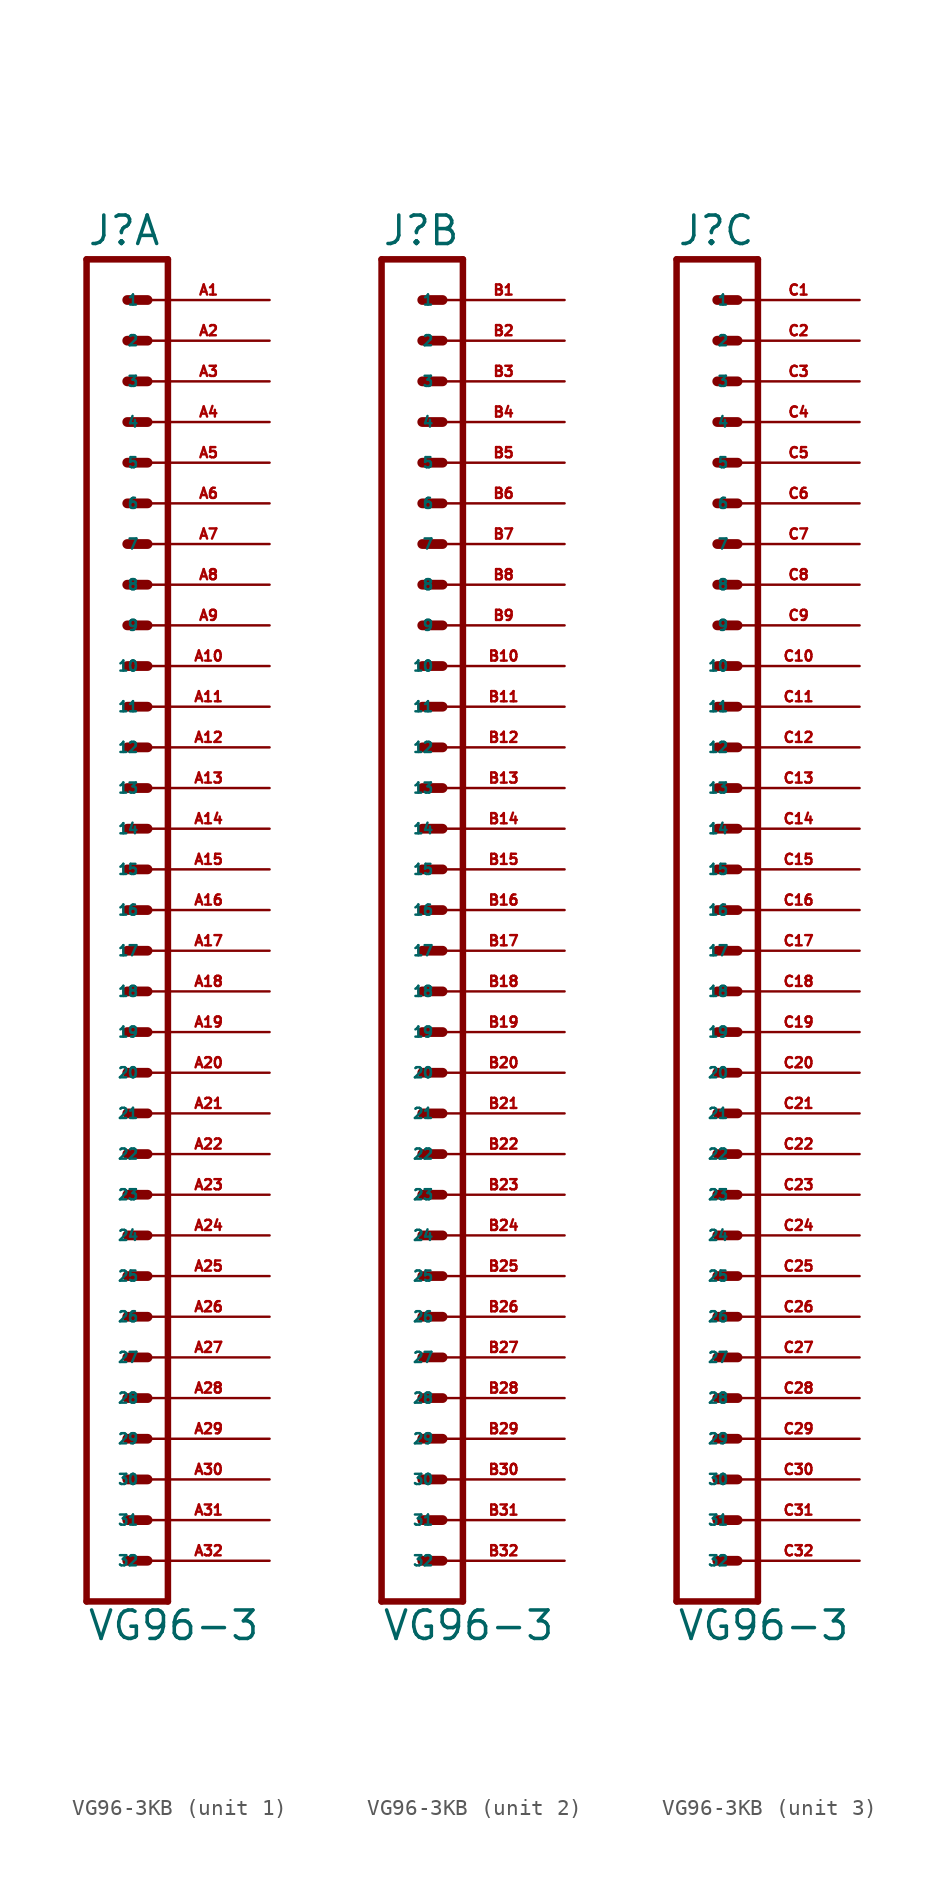
<source format=kicad_sym>
(kicad_symbol_lib
  (version 20220914)
  (generator Eagle2Kicad)
  (symbol "VG96-3KB"
    (property "Reference" "J"
      (at -1.27 41.402 0)
      (effects (font (size 1.778 1.778) (thickness 0.22)) (justify left bottom)))
    (property "Value" "VG96-3"
      (at -1.27 -45.72 0)
      (effects (font (size 1.778 1.778) (thickness 0.22)) (justify left bottom)))
    (symbol "VG96-3KB_1_0"
      (polyline (pts (xy 3.81 -43.18) (xy -1.27 -43.18)) (stroke (width 0.406) (type default)) (fill (type none)))
      (polyline (pts (xy -1.27 40.64) (xy -1.27 -43.18)) (stroke (width 0.406) (type default)) (fill (type none)))
      (polyline (pts (xy -1.27 40.64) (xy 3.81 40.64)) (stroke (width 0.406) (type default)) (fill (type none)))
      (polyline (pts (xy 3.81 -43.18) (xy 3.81 40.64)) (stroke (width 0.406) (type default)) (fill (type none)))
      (polyline (pts (xy 1.27 -40.64) (xy 2.54 -40.64)) (stroke (width 0.61) (type default)) (fill (type none)))
      (polyline (pts (xy 1.27 -38.1) (xy 2.54 -38.1)) (stroke (width 0.61) (type default)) (fill (type none)))
      (polyline (pts (xy 1.27 -35.56) (xy 2.54 -35.56)) (stroke (width 0.61) (type default)) (fill (type none)))
      (polyline (pts (xy 1.27 -33.02) (xy 2.54 -33.02)) (stroke (width 0.61) (type default)) (fill (type none)))
      (polyline (pts (xy 1.27 -30.48) (xy 2.54 -30.48)) (stroke (width 0.61) (type default)) (fill (type none)))
      (polyline (pts (xy 1.27 -27.94) (xy 2.54 -27.94)) (stroke (width 0.61) (type default)) (fill (type none)))
      (polyline (pts (xy 1.27 -25.4) (xy 2.54 -25.4)) (stroke (width 0.61) (type default)) (fill (type none)))
      (polyline (pts (xy 1.27 -22.86) (xy 2.54 -22.86)) (stroke (width 0.61) (type default)) (fill (type none)))
      (polyline (pts (xy 1.27 -20.32) (xy 2.54 -20.32)) (stroke (width 0.61) (type default)) (fill (type none)))
      (polyline (pts (xy 1.27 -17.78) (xy 2.54 -17.78)) (stroke (width 0.61) (type default)) (fill (type none)))
      (polyline (pts (xy 1.27 -15.24) (xy 2.54 -15.24)) (stroke (width 0.61) (type default)) (fill (type none)))
      (polyline (pts (xy 1.27 -12.7) (xy 2.54 -12.7)) (stroke (width 0.61) (type default)) (fill (type none)))
      (polyline (pts (xy 1.27 -10.16) (xy 2.54 -10.16)) (stroke (width 0.61) (type default)) (fill (type none)))
      (polyline (pts (xy 1.27 -7.62) (xy 2.54 -7.62)) (stroke (width 0.61) (type default)) (fill (type none)))
      (polyline (pts (xy 1.27 -5.08) (xy 2.54 -5.08)) (stroke (width 0.61) (type default)) (fill (type none)))
      (polyline (pts (xy 1.27 -2.54) (xy 2.54 -2.54)) (stroke (width 0.61) (type default)) (fill (type none)))
      (polyline (pts (xy 1.27 0) (xy 2.54 0)) (stroke (width 0.61) (type default)) (fill (type none)))
      (polyline (pts (xy 1.27 2.54) (xy 2.54 2.54)) (stroke (width 0.61) (type default)) (fill (type none)))
      (polyline (pts (xy 1.27 5.08) (xy 2.54 5.08)) (stroke (width 0.61) (type default)) (fill (type none)))
      (polyline (pts (xy 1.27 7.62) (xy 2.54 7.62)) (stroke (width 0.61) (type default)) (fill (type none)))
      (polyline (pts (xy 1.27 10.16) (xy 2.54 10.16)) (stroke (width 0.61) (type default)) (fill (type none)))
      (polyline (pts (xy 1.27 12.7) (xy 2.54 12.7)) (stroke (width 0.61) (type default)) (fill (type none)))
      (polyline (pts (xy 1.27 15.24) (xy 2.54 15.24)) (stroke (width 0.61) (type default)) (fill (type none)))
      (polyline (pts (xy 1.27 17.78) (xy 2.54 17.78)) (stroke (width 0.61) (type default)) (fill (type none)))
      (polyline (pts (xy 1.27 20.32) (xy 2.54 20.32)) (stroke (width 0.61) (type default)) (fill (type none)))
      (polyline (pts (xy 1.27 22.86) (xy 2.54 22.86)) (stroke (width 0.61) (type default)) (fill (type none)))
      (polyline (pts (xy 1.27 25.4) (xy 2.54 25.4)) (stroke (width 0.61) (type default)) (fill (type none)))
      (polyline (pts (xy 1.27 27.94) (xy 2.54 27.94)) (stroke (width 0.61) (type default)) (fill (type none)))
      (polyline (pts (xy 1.27 30.48) (xy 2.54 30.48)) (stroke (width 0.61) (type default)) (fill (type none)))
      (polyline (pts (xy 1.27 33.02) (xy 2.54 33.02)) (stroke (width 0.61) (type default)) (fill (type none)))
      (polyline (pts (xy 1.27 35.56) (xy 2.54 35.56)) (stroke (width 0.61) (type default)) (fill (type none)))
      (polyline (pts (xy 1.27 38.1) (xy 2.54 38.1)) (stroke (width 0.61) (type default)) (fill (type none)))
      (pin passive line (at 10.16 38.1 180) (length 7.62) (name "1" (effects (font (size 0.635 0.635) (thickness 0.08)) (justify left bottom))) (number "A1" (effects (font (size 0.635 0.635) (thickness 0.08)) (justify left bottom))))
      (pin passive line (at 10.16 35.56 180) (length 7.62) (name "2" (effects (font (size 0.635 0.635) (thickness 0.08)) (justify left bottom))) (number "A2" (effects (font (size 0.635 0.635) (thickness 0.08)) (justify left bottom))))
      (pin passive line (at 10.16 33.02 180) (length 7.62) (name "3" (effects (font (size 0.635 0.635) (thickness 0.08)) (justify left bottom))) (number "A3" (effects (font (size 0.635 0.635) (thickness 0.08)) (justify left bottom))))
      (pin passive line (at 10.16 30.48 180) (length 7.62) (name "4" (effects (font (size 0.635 0.635) (thickness 0.08)) (justify left bottom))) (number "A4" (effects (font (size 0.635 0.635) (thickness 0.08)) (justify left bottom))))
      (pin passive line (at 10.16 27.94 180) (length 7.62) (name "5" (effects (font (size 0.635 0.635) (thickness 0.08)) (justify left bottom))) (number "A5" (effects (font (size 0.635 0.635) (thickness 0.08)) (justify left bottom))))
      (pin passive line (at 10.16 25.4 180) (length 7.62) (name "6" (effects (font (size 0.635 0.635) (thickness 0.08)) (justify left bottom))) (number "A6" (effects (font (size 0.635 0.635) (thickness 0.08)) (justify left bottom))))
      (pin passive line (at 10.16 22.86 180) (length 7.62) (name "7" (effects (font (size 0.635 0.635) (thickness 0.08)) (justify left bottom))) (number "A7" (effects (font (size 0.635 0.635) (thickness 0.08)) (justify left bottom))))
      (pin passive line (at 10.16 20.32 180) (length 7.62) (name "8" (effects (font (size 0.635 0.635) (thickness 0.08)) (justify left bottom))) (number "A8" (effects (font (size 0.635 0.635) (thickness 0.08)) (justify left bottom))))
      (pin passive line (at 10.16 17.78 180) (length 7.62) (name "9" (effects (font (size 0.635 0.635) (thickness 0.08)) (justify left bottom))) (number "A9" (effects (font (size 0.635 0.635) (thickness 0.08)) (justify left bottom))))
      (pin passive line (at 10.16 15.24 180) (length 7.62) (name "10" (effects (font (size 0.635 0.635) (thickness 0.08)) (justify left bottom))) (number "A10" (effects (font (size 0.635 0.635) (thickness 0.08)) (justify left bottom))))
      (pin passive line (at 10.16 12.7 180) (length 7.62) (name "11" (effects (font (size 0.635 0.635) (thickness 0.08)) (justify left bottom))) (number "A11" (effects (font (size 0.635 0.635) (thickness 0.08)) (justify left bottom))))
      (pin passive line (at 10.16 10.16 180) (length 7.62) (name "12" (effects (font (size 0.635 0.635) (thickness 0.08)) (justify left bottom))) (number "A12" (effects (font (size 0.635 0.635) (thickness 0.08)) (justify left bottom))))
      (pin passive line (at 10.16 7.62 180) (length 7.62) (name "13" (effects (font (size 0.635 0.635) (thickness 0.08)) (justify left bottom))) (number "A13" (effects (font (size 0.635 0.635) (thickness 0.08)) (justify left bottom))))
      (pin passive line (at 10.16 5.08 180) (length 7.62) (name "14" (effects (font (size 0.635 0.635) (thickness 0.08)) (justify left bottom))) (number "A14" (effects (font (size 0.635 0.635) (thickness 0.08)) (justify left bottom))))
      (pin passive line (at 10.16 2.54 180) (length 7.62) (name "15" (effects (font (size 0.635 0.635) (thickness 0.08)) (justify left bottom))) (number "A15" (effects (font (size 0.635 0.635) (thickness 0.08)) (justify left bottom))))
      (pin passive line (at 10.16 0 180) (length 7.62) (name "16" (effects (font (size 0.635 0.635) (thickness 0.08)) (justify left bottom))) (number "A16" (effects (font (size 0.635 0.635) (thickness 0.08)) (justify left bottom))))
      (pin passive line (at 10.16 -2.54 180) (length 7.62) (name "17" (effects (font (size 0.635 0.635) (thickness 0.08)) (justify left bottom))) (number "A17" (effects (font (size 0.635 0.635) (thickness 0.08)) (justify left bottom))))
      (pin passive line (at 10.16 -5.08 180) (length 7.62) (name "18" (effects (font (size 0.635 0.635) (thickness 0.08)) (justify left bottom))) (number "A18" (effects (font (size 0.635 0.635) (thickness 0.08)) (justify left bottom))))
      (pin passive line (at 10.16 -7.62 180) (length 7.62) (name "19" (effects (font (size 0.635 0.635) (thickness 0.08)) (justify left bottom))) (number "A19" (effects (font (size 0.635 0.635) (thickness 0.08)) (justify left bottom))))
      (pin passive line (at 10.16 -10.16 180) (length 7.62) (name "20" (effects (font (size 0.635 0.635) (thickness 0.08)) (justify left bottom))) (number "A20" (effects (font (size 0.635 0.635) (thickness 0.08)) (justify left bottom))))
      (pin passive line (at 10.16 -12.7 180) (length 7.62) (name "21" (effects (font (size 0.635 0.635) (thickness 0.08)) (justify left bottom))) (number "A21" (effects (font (size 0.635 0.635) (thickness 0.08)) (justify left bottom))))
      (pin passive line (at 10.16 -15.24 180) (length 7.62) (name "22" (effects (font (size 0.635 0.635) (thickness 0.08)) (justify left bottom))) (number "A22" (effects (font (size 0.635 0.635) (thickness 0.08)) (justify left bottom))))
      (pin passive line (at 10.16 -17.78 180) (length 7.62) (name "23" (effects (font (size 0.635 0.635) (thickness 0.08)) (justify left bottom))) (number "A23" (effects (font (size 0.635 0.635) (thickness 0.08)) (justify left bottom))))
      (pin passive line (at 10.16 -20.32 180) (length 7.62) (name "24" (effects (font (size 0.635 0.635) (thickness 0.08)) (justify left bottom))) (number "A24" (effects (font (size 0.635 0.635) (thickness 0.08)) (justify left bottom))))
      (pin passive line (at 10.16 -22.86 180) (length 7.62) (name "25" (effects (font (size 0.635 0.635) (thickness 0.08)) (justify left bottom))) (number "A25" (effects (font (size 0.635 0.635) (thickness 0.08)) (justify left bottom))))
      (pin passive line (at 10.16 -25.4 180) (length 7.62) (name "26" (effects (font (size 0.635 0.635) (thickness 0.08)) (justify left bottom))) (number "A26" (effects (font (size 0.635 0.635) (thickness 0.08)) (justify left bottom))))
      (pin passive line (at 10.16 -27.94 180) (length 7.62) (name "27" (effects (font (size 0.635 0.635) (thickness 0.08)) (justify left bottom))) (number "A27" (effects (font (size 0.635 0.635) (thickness 0.08)) (justify left bottom))))
      (pin passive line (at 10.16 -30.48 180) (length 7.62) (name "28" (effects (font (size 0.635 0.635) (thickness 0.08)) (justify left bottom))) (number "A28" (effects (font (size 0.635 0.635) (thickness 0.08)) (justify left bottom))))
      (pin passive line (at 10.16 -33.02 180) (length 7.62) (name "29" (effects (font (size 0.635 0.635) (thickness 0.08)) (justify left bottom))) (number "A29" (effects (font (size 0.635 0.635) (thickness 0.08)) (justify left bottom))))
      (pin passive line (at 10.16 -35.56 180) (length 7.62) (name "30" (effects (font (size 0.635 0.635) (thickness 0.08)) (justify left bottom))) (number "A30" (effects (font (size 0.635 0.635) (thickness 0.08)) (justify left bottom))))
      (pin passive line (at 10.16 -38.1 180) (length 7.62) (name "31" (effects (font (size 0.635 0.635) (thickness 0.08)) (justify left bottom))) (number "A31" (effects (font (size 0.635 0.635) (thickness 0.08)) (justify left bottom))))
      (pin passive line (at 10.16 -40.64 180) (length 7.62) (name "32" (effects (font (size 0.635 0.635) (thickness 0.08)) (justify left bottom))) (number "A32" (effects (font (size 0.635 0.635) (thickness 0.08)) (justify left bottom)))))
    (symbol "VG96-3KB_2_0"
      (polyline (pts (xy 3.81 -43.18) (xy -1.27 -43.18)) (stroke (width 0.406) (type default)) (fill (type none)))
      (polyline (pts (xy -1.27 40.64) (xy -1.27 -43.18)) (stroke (width 0.406) (type default)) (fill (type none)))
      (polyline (pts (xy -1.27 40.64) (xy 3.81 40.64)) (stroke (width 0.406) (type default)) (fill (type none)))
      (polyline (pts (xy 3.81 -43.18) (xy 3.81 40.64)) (stroke (width 0.406) (type default)) (fill (type none)))
      (polyline (pts (xy 1.27 -40.64) (xy 2.54 -40.64)) (stroke (width 0.61) (type default)) (fill (type none)))
      (polyline (pts (xy 1.27 -38.1) (xy 2.54 -38.1)) (stroke (width 0.61) (type default)) (fill (type none)))
      (polyline (pts (xy 1.27 -35.56) (xy 2.54 -35.56)) (stroke (width 0.61) (type default)) (fill (type none)))
      (polyline (pts (xy 1.27 -33.02) (xy 2.54 -33.02)) (stroke (width 0.61) (type default)) (fill (type none)))
      (polyline (pts (xy 1.27 -30.48) (xy 2.54 -30.48)) (stroke (width 0.61) (type default)) (fill (type none)))
      (polyline (pts (xy 1.27 -27.94) (xy 2.54 -27.94)) (stroke (width 0.61) (type default)) (fill (type none)))
      (polyline (pts (xy 1.27 -25.4) (xy 2.54 -25.4)) (stroke (width 0.61) (type default)) (fill (type none)))
      (polyline (pts (xy 1.27 -22.86) (xy 2.54 -22.86)) (stroke (width 0.61) (type default)) (fill (type none)))
      (polyline (pts (xy 1.27 -20.32) (xy 2.54 -20.32)) (stroke (width 0.61) (type default)) (fill (type none)))
      (polyline (pts (xy 1.27 -17.78) (xy 2.54 -17.78)) (stroke (width 0.61) (type default)) (fill (type none)))
      (polyline (pts (xy 1.27 -15.24) (xy 2.54 -15.24)) (stroke (width 0.61) (type default)) (fill (type none)))
      (polyline (pts (xy 1.27 -12.7) (xy 2.54 -12.7)) (stroke (width 0.61) (type default)) (fill (type none)))
      (polyline (pts (xy 1.27 -10.16) (xy 2.54 -10.16)) (stroke (width 0.61) (type default)) (fill (type none)))
      (polyline (pts (xy 1.27 -7.62) (xy 2.54 -7.62)) (stroke (width 0.61) (type default)) (fill (type none)))
      (polyline (pts (xy 1.27 -5.08) (xy 2.54 -5.08)) (stroke (width 0.61) (type default)) (fill (type none)))
      (polyline (pts (xy 1.27 -2.54) (xy 2.54 -2.54)) (stroke (width 0.61) (type default)) (fill (type none)))
      (polyline (pts (xy 1.27 0) (xy 2.54 0)) (stroke (width 0.61) (type default)) (fill (type none)))
      (polyline (pts (xy 1.27 2.54) (xy 2.54 2.54)) (stroke (width 0.61) (type default)) (fill (type none)))
      (polyline (pts (xy 1.27 5.08) (xy 2.54 5.08)) (stroke (width 0.61) (type default)) (fill (type none)))
      (polyline (pts (xy 1.27 7.62) (xy 2.54 7.62)) (stroke (width 0.61) (type default)) (fill (type none)))
      (polyline (pts (xy 1.27 10.16) (xy 2.54 10.16)) (stroke (width 0.61) (type default)) (fill (type none)))
      (polyline (pts (xy 1.27 12.7) (xy 2.54 12.7)) (stroke (width 0.61) (type default)) (fill (type none)))
      (polyline (pts (xy 1.27 15.24) (xy 2.54 15.24)) (stroke (width 0.61) (type default)) (fill (type none)))
      (polyline (pts (xy 1.27 17.78) (xy 2.54 17.78)) (stroke (width 0.61) (type default)) (fill (type none)))
      (polyline (pts (xy 1.27 20.32) (xy 2.54 20.32)) (stroke (width 0.61) (type default)) (fill (type none)))
      (polyline (pts (xy 1.27 22.86) (xy 2.54 22.86)) (stroke (width 0.61) (type default)) (fill (type none)))
      (polyline (pts (xy 1.27 25.4) (xy 2.54 25.4)) (stroke (width 0.61) (type default)) (fill (type none)))
      (polyline (pts (xy 1.27 27.94) (xy 2.54 27.94)) (stroke (width 0.61) (type default)) (fill (type none)))
      (polyline (pts (xy 1.27 30.48) (xy 2.54 30.48)) (stroke (width 0.61) (type default)) (fill (type none)))
      (polyline (pts (xy 1.27 33.02) (xy 2.54 33.02)) (stroke (width 0.61) (type default)) (fill (type none)))
      (polyline (pts (xy 1.27 35.56) (xy 2.54 35.56)) (stroke (width 0.61) (type default)) (fill (type none)))
      (polyline (pts (xy 1.27 38.1) (xy 2.54 38.1)) (stroke (width 0.61) (type default)) (fill (type none)))
      (pin passive line (at 10.16 38.1 180) (length 7.62) (name "1" (effects (font (size 0.635 0.635) (thickness 0.08)) (justify left bottom))) (number "B1" (effects (font (size 0.635 0.635) (thickness 0.08)) (justify left bottom))))
      (pin passive line (at 10.16 35.56 180) (length 7.62) (name "2" (effects (font (size 0.635 0.635) (thickness 0.08)) (justify left bottom))) (number "B2" (effects (font (size 0.635 0.635) (thickness 0.08)) (justify left bottom))))
      (pin passive line (at 10.16 33.02 180) (length 7.62) (name "3" (effects (font (size 0.635 0.635) (thickness 0.08)) (justify left bottom))) (number "B3" (effects (font (size 0.635 0.635) (thickness 0.08)) (justify left bottom))))
      (pin passive line (at 10.16 30.48 180) (length 7.62) (name "4" (effects (font (size 0.635 0.635) (thickness 0.08)) (justify left bottom))) (number "B4" (effects (font (size 0.635 0.635) (thickness 0.08)) (justify left bottom))))
      (pin passive line (at 10.16 27.94 180) (length 7.62) (name "5" (effects (font (size 0.635 0.635) (thickness 0.08)) (justify left bottom))) (number "B5" (effects (font (size 0.635 0.635) (thickness 0.08)) (justify left bottom))))
      (pin passive line (at 10.16 25.4 180) (length 7.62) (name "6" (effects (font (size 0.635 0.635) (thickness 0.08)) (justify left bottom))) (number "B6" (effects (font (size 0.635 0.635) (thickness 0.08)) (justify left bottom))))
      (pin passive line (at 10.16 22.86 180) (length 7.62) (name "7" (effects (font (size 0.635 0.635) (thickness 0.08)) (justify left bottom))) (number "B7" (effects (font (size 0.635 0.635) (thickness 0.08)) (justify left bottom))))
      (pin passive line (at 10.16 20.32 180) (length 7.62) (name "8" (effects (font (size 0.635 0.635) (thickness 0.08)) (justify left bottom))) (number "B8" (effects (font (size 0.635 0.635) (thickness 0.08)) (justify left bottom))))
      (pin passive line (at 10.16 17.78 180) (length 7.62) (name "9" (effects (font (size 0.635 0.635) (thickness 0.08)) (justify left bottom))) (number "B9" (effects (font (size 0.635 0.635) (thickness 0.08)) (justify left bottom))))
      (pin passive line (at 10.16 15.24 180) (length 7.62) (name "10" (effects (font (size 0.635 0.635) (thickness 0.08)) (justify left bottom))) (number "B10" (effects (font (size 0.635 0.635) (thickness 0.08)) (justify left bottom))))
      (pin passive line (at 10.16 12.7 180) (length 7.62) (name "11" (effects (font (size 0.635 0.635) (thickness 0.08)) (justify left bottom))) (number "B11" (effects (font (size 0.635 0.635) (thickness 0.08)) (justify left bottom))))
      (pin passive line (at 10.16 10.16 180) (length 7.62) (name "12" (effects (font (size 0.635 0.635) (thickness 0.08)) (justify left bottom))) (number "B12" (effects (font (size 0.635 0.635) (thickness 0.08)) (justify left bottom))))
      (pin passive line (at 10.16 7.62 180) (length 7.62) (name "13" (effects (font (size 0.635 0.635) (thickness 0.08)) (justify left bottom))) (number "B13" (effects (font (size 0.635 0.635) (thickness 0.08)) (justify left bottom))))
      (pin passive line (at 10.16 5.08 180) (length 7.62) (name "14" (effects (font (size 0.635 0.635) (thickness 0.08)) (justify left bottom))) (number "B14" (effects (font (size 0.635 0.635) (thickness 0.08)) (justify left bottom))))
      (pin passive line (at 10.16 2.54 180) (length 7.62) (name "15" (effects (font (size 0.635 0.635) (thickness 0.08)) (justify left bottom))) (number "B15" (effects (font (size 0.635 0.635) (thickness 0.08)) (justify left bottom))))
      (pin passive line (at 10.16 0 180) (length 7.62) (name "16" (effects (font (size 0.635 0.635) (thickness 0.08)) (justify left bottom))) (number "B16" (effects (font (size 0.635 0.635) (thickness 0.08)) (justify left bottom))))
      (pin passive line (at 10.16 -2.54 180) (length 7.62) (name "17" (effects (font (size 0.635 0.635) (thickness 0.08)) (justify left bottom))) (number "B17" (effects (font (size 0.635 0.635) (thickness 0.08)) (justify left bottom))))
      (pin passive line (at 10.16 -5.08 180) (length 7.62) (name "18" (effects (font (size 0.635 0.635) (thickness 0.08)) (justify left bottom))) (number "B18" (effects (font (size 0.635 0.635) (thickness 0.08)) (justify left bottom))))
      (pin passive line (at 10.16 -7.62 180) (length 7.62) (name "19" (effects (font (size 0.635 0.635) (thickness 0.08)) (justify left bottom))) (number "B19" (effects (font (size 0.635 0.635) (thickness 0.08)) (justify left bottom))))
      (pin passive line (at 10.16 -10.16 180) (length 7.62) (name "20" (effects (font (size 0.635 0.635) (thickness 0.08)) (justify left bottom))) (number "B20" (effects (font (size 0.635 0.635) (thickness 0.08)) (justify left bottom))))
      (pin passive line (at 10.16 -12.7 180) (length 7.62) (name "21" (effects (font (size 0.635 0.635) (thickness 0.08)) (justify left bottom))) (number "B21" (effects (font (size 0.635 0.635) (thickness 0.08)) (justify left bottom))))
      (pin passive line (at 10.16 -15.24 180) (length 7.62) (name "22" (effects (font (size 0.635 0.635) (thickness 0.08)) (justify left bottom))) (number "B22" (effects (font (size 0.635 0.635) (thickness 0.08)) (justify left bottom))))
      (pin passive line (at 10.16 -17.78 180) (length 7.62) (name "23" (effects (font (size 0.635 0.635) (thickness 0.08)) (justify left bottom))) (number "B23" (effects (font (size 0.635 0.635) (thickness 0.08)) (justify left bottom))))
      (pin passive line (at 10.16 -20.32 180) (length 7.62) (name "24" (effects (font (size 0.635 0.635) (thickness 0.08)) (justify left bottom))) (number "B24" (effects (font (size 0.635 0.635) (thickness 0.08)) (justify left bottom))))
      (pin passive line (at 10.16 -22.86 180) (length 7.62) (name "25" (effects (font (size 0.635 0.635) (thickness 0.08)) (justify left bottom))) (number "B25" (effects (font (size 0.635 0.635) (thickness 0.08)) (justify left bottom))))
      (pin passive line (at 10.16 -25.4 180) (length 7.62) (name "26" (effects (font (size 0.635 0.635) (thickness 0.08)) (justify left bottom))) (number "B26" (effects (font (size 0.635 0.635) (thickness 0.08)) (justify left bottom))))
      (pin passive line (at 10.16 -27.94 180) (length 7.62) (name "27" (effects (font (size 0.635 0.635) (thickness 0.08)) (justify left bottom))) (number "B27" (effects (font (size 0.635 0.635) (thickness 0.08)) (justify left bottom))))
      (pin passive line (at 10.16 -30.48 180) (length 7.62) (name "28" (effects (font (size 0.635 0.635) (thickness 0.08)) (justify left bottom))) (number "B28" (effects (font (size 0.635 0.635) (thickness 0.08)) (justify left bottom))))
      (pin passive line (at 10.16 -33.02 180) (length 7.62) (name "29" (effects (font (size 0.635 0.635) (thickness 0.08)) (justify left bottom))) (number "B29" (effects (font (size 0.635 0.635) (thickness 0.08)) (justify left bottom))))
      (pin passive line (at 10.16 -35.56 180) (length 7.62) (name "30" (effects (font (size 0.635 0.635) (thickness 0.08)) (justify left bottom))) (number "B30" (effects (font (size 0.635 0.635) (thickness 0.08)) (justify left bottom))))
      (pin passive line (at 10.16 -38.1 180) (length 7.62) (name "31" (effects (font (size 0.635 0.635) (thickness 0.08)) (justify left bottom))) (number "B31" (effects (font (size 0.635 0.635) (thickness 0.08)) (justify left bottom))))
      (pin passive line (at 10.16 -40.64 180) (length 7.62) (name "32" (effects (font (size 0.635 0.635) (thickness 0.08)) (justify left bottom))) (number "B32" (effects (font (size 0.635 0.635) (thickness 0.08)) (justify left bottom)))))
    (symbol "VG96-3KB_3_0"
      (polyline (pts (xy 3.81 -43.18) (xy -1.27 -43.18)) (stroke (width 0.406) (type default)) (fill (type none)))
      (polyline (pts (xy -1.27 40.64) (xy -1.27 -43.18)) (stroke (width 0.406) (type default)) (fill (type none)))
      (polyline (pts (xy -1.27 40.64) (xy 3.81 40.64)) (stroke (width 0.406) (type default)) (fill (type none)))
      (polyline (pts (xy 3.81 -43.18) (xy 3.81 40.64)) (stroke (width 0.406) (type default)) (fill (type none)))
      (polyline (pts (xy 1.27 -40.64) (xy 2.54 -40.64)) (stroke (width 0.61) (type default)) (fill (type none)))
      (polyline (pts (xy 1.27 -38.1) (xy 2.54 -38.1)) (stroke (width 0.61) (type default)) (fill (type none)))
      (polyline (pts (xy 1.27 -35.56) (xy 2.54 -35.56)) (stroke (width 0.61) (type default)) (fill (type none)))
      (polyline (pts (xy 1.27 -33.02) (xy 2.54 -33.02)) (stroke (width 0.61) (type default)) (fill (type none)))
      (polyline (pts (xy 1.27 -30.48) (xy 2.54 -30.48)) (stroke (width 0.61) (type default)) (fill (type none)))
      (polyline (pts (xy 1.27 -27.94) (xy 2.54 -27.94)) (stroke (width 0.61) (type default)) (fill (type none)))
      (polyline (pts (xy 1.27 -25.4) (xy 2.54 -25.4)) (stroke (width 0.61) (type default)) (fill (type none)))
      (polyline (pts (xy 1.27 -22.86) (xy 2.54 -22.86)) (stroke (width 0.61) (type default)) (fill (type none)))
      (polyline (pts (xy 1.27 -20.32) (xy 2.54 -20.32)) (stroke (width 0.61) (type default)) (fill (type none)))
      (polyline (pts (xy 1.27 -17.78) (xy 2.54 -17.78)) (stroke (width 0.61) (type default)) (fill (type none)))
      (polyline (pts (xy 1.27 -15.24) (xy 2.54 -15.24)) (stroke (width 0.61) (type default)) (fill (type none)))
      (polyline (pts (xy 1.27 -12.7) (xy 2.54 -12.7)) (stroke (width 0.61) (type default)) (fill (type none)))
      (polyline (pts (xy 1.27 -10.16) (xy 2.54 -10.16)) (stroke (width 0.61) (type default)) (fill (type none)))
      (polyline (pts (xy 1.27 -7.62) (xy 2.54 -7.62)) (stroke (width 0.61) (type default)) (fill (type none)))
      (polyline (pts (xy 1.27 -5.08) (xy 2.54 -5.08)) (stroke (width 0.61) (type default)) (fill (type none)))
      (polyline (pts (xy 1.27 -2.54) (xy 2.54 -2.54)) (stroke (width 0.61) (type default)) (fill (type none)))
      (polyline (pts (xy 1.27 0) (xy 2.54 0)) (stroke (width 0.61) (type default)) (fill (type none)))
      (polyline (pts (xy 1.27 2.54) (xy 2.54 2.54)) (stroke (width 0.61) (type default)) (fill (type none)))
      (polyline (pts (xy 1.27 5.08) (xy 2.54 5.08)) (stroke (width 0.61) (type default)) (fill (type none)))
      (polyline (pts (xy 1.27 7.62) (xy 2.54 7.62)) (stroke (width 0.61) (type default)) (fill (type none)))
      (polyline (pts (xy 1.27 10.16) (xy 2.54 10.16)) (stroke (width 0.61) (type default)) (fill (type none)))
      (polyline (pts (xy 1.27 12.7) (xy 2.54 12.7)) (stroke (width 0.61) (type default)) (fill (type none)))
      (polyline (pts (xy 1.27 15.24) (xy 2.54 15.24)) (stroke (width 0.61) (type default)) (fill (type none)))
      (polyline (pts (xy 1.27 17.78) (xy 2.54 17.78)) (stroke (width 0.61) (type default)) (fill (type none)))
      (polyline (pts (xy 1.27 20.32) (xy 2.54 20.32)) (stroke (width 0.61) (type default)) (fill (type none)))
      (polyline (pts (xy 1.27 22.86) (xy 2.54 22.86)) (stroke (width 0.61) (type default)) (fill (type none)))
      (polyline (pts (xy 1.27 25.4) (xy 2.54 25.4)) (stroke (width 0.61) (type default)) (fill (type none)))
      (polyline (pts (xy 1.27 27.94) (xy 2.54 27.94)) (stroke (width 0.61) (type default)) (fill (type none)))
      (polyline (pts (xy 1.27 30.48) (xy 2.54 30.48)) (stroke (width 0.61) (type default)) (fill (type none)))
      (polyline (pts (xy 1.27 33.02) (xy 2.54 33.02)) (stroke (width 0.61) (type default)) (fill (type none)))
      (polyline (pts (xy 1.27 35.56) (xy 2.54 35.56)) (stroke (width 0.61) (type default)) (fill (type none)))
      (polyline (pts (xy 1.27 38.1) (xy 2.54 38.1)) (stroke (width 0.61) (type default)) (fill (type none)))
      (pin passive line (at 10.16 38.1 180) (length 7.62) (name "1" (effects (font (size 0.635 0.635) (thickness 0.08)) (justify left bottom))) (number "C1" (effects (font (size 0.635 0.635) (thickness 0.08)) (justify left bottom))))
      (pin passive line (at 10.16 35.56 180) (length 7.62) (name "2" (effects (font (size 0.635 0.635) (thickness 0.08)) (justify left bottom))) (number "C2" (effects (font (size 0.635 0.635) (thickness 0.08)) (justify left bottom))))
      (pin passive line (at 10.16 33.02 180) (length 7.62) (name "3" (effects (font (size 0.635 0.635) (thickness 0.08)) (justify left bottom))) (number "C3" (effects (font (size 0.635 0.635) (thickness 0.08)) (justify left bottom))))
      (pin passive line (at 10.16 30.48 180) (length 7.62) (name "4" (effects (font (size 0.635 0.635) (thickness 0.08)) (justify left bottom))) (number "C4" (effects (font (size 0.635 0.635) (thickness 0.08)) (justify left bottom))))
      (pin passive line (at 10.16 27.94 180) (length 7.62) (name "5" (effects (font (size 0.635 0.635) (thickness 0.08)) (justify left bottom))) (number "C5" (effects (font (size 0.635 0.635) (thickness 0.08)) (justify left bottom))))
      (pin passive line (at 10.16 25.4 180) (length 7.62) (name "6" (effects (font (size 0.635 0.635) (thickness 0.08)) (justify left bottom))) (number "C6" (effects (font (size 0.635 0.635) (thickness 0.08)) (justify left bottom))))
      (pin passive line (at 10.16 22.86 180) (length 7.62) (name "7" (effects (font (size 0.635 0.635) (thickness 0.08)) (justify left bottom))) (number "C7" (effects (font (size 0.635 0.635) (thickness 0.08)) (justify left bottom))))
      (pin passive line (at 10.16 20.32 180) (length 7.62) (name "8" (effects (font (size 0.635 0.635) (thickness 0.08)) (justify left bottom))) (number "C8" (effects (font (size 0.635 0.635) (thickness 0.08)) (justify left bottom))))
      (pin passive line (at 10.16 17.78 180) (length 7.62) (name "9" (effects (font (size 0.635 0.635) (thickness 0.08)) (justify left bottom))) (number "C9" (effects (font (size 0.635 0.635) (thickness 0.08)) (justify left bottom))))
      (pin passive line (at 10.16 15.24 180) (length 7.62) (name "10" (effects (font (size 0.635 0.635) (thickness 0.08)) (justify left bottom))) (number "C10" (effects (font (size 0.635 0.635) (thickness 0.08)) (justify left bottom))))
      (pin passive line (at 10.16 12.7 180) (length 7.62) (name "11" (effects (font (size 0.635 0.635) (thickness 0.08)) (justify left bottom))) (number "C11" (effects (font (size 0.635 0.635) (thickness 0.08)) (justify left bottom))))
      (pin passive line (at 10.16 10.16 180) (length 7.62) (name "12" (effects (font (size 0.635 0.635) (thickness 0.08)) (justify left bottom))) (number "C12" (effects (font (size 0.635 0.635) (thickness 0.08)) (justify left bottom))))
      (pin passive line (at 10.16 7.62 180) (length 7.62) (name "13" (effects (font (size 0.635 0.635) (thickness 0.08)) (justify left bottom))) (number "C13" (effects (font (size 0.635 0.635) (thickness 0.08)) (justify left bottom))))
      (pin passive line (at 10.16 5.08 180) (length 7.62) (name "14" (effects (font (size 0.635 0.635) (thickness 0.08)) (justify left bottom))) (number "C14" (effects (font (size 0.635 0.635) (thickness 0.08)) (justify left bottom))))
      (pin passive line (at 10.16 2.54 180) (length 7.62) (name "15" (effects (font (size 0.635 0.635) (thickness 0.08)) (justify left bottom))) (number "C15" (effects (font (size 0.635 0.635) (thickness 0.08)) (justify left bottom))))
      (pin passive line (at 10.16 0 180) (length 7.62) (name "16" (effects (font (size 0.635 0.635) (thickness 0.08)) (justify left bottom))) (number "C16" (effects (font (size 0.635 0.635) (thickness 0.08)) (justify left bottom))))
      (pin passive line (at 10.16 -2.54 180) (length 7.62) (name "17" (effects (font (size 0.635 0.635) (thickness 0.08)) (justify left bottom))) (number "C17" (effects (font (size 0.635 0.635) (thickness 0.08)) (justify left bottom))))
      (pin passive line (at 10.16 -5.08 180) (length 7.62) (name "18" (effects (font (size 0.635 0.635) (thickness 0.08)) (justify left bottom))) (number "C18" (effects (font (size 0.635 0.635) (thickness 0.08)) (justify left bottom))))
      (pin passive line (at 10.16 -7.62 180) (length 7.62) (name "19" (effects (font (size 0.635 0.635) (thickness 0.08)) (justify left bottom))) (number "C19" (effects (font (size 0.635 0.635) (thickness 0.08)) (justify left bottom))))
      (pin passive line (at 10.16 -10.16 180) (length 7.62) (name "20" (effects (font (size 0.635 0.635) (thickness 0.08)) (justify left bottom))) (number "C20" (effects (font (size 0.635 0.635) (thickness 0.08)) (justify left bottom))))
      (pin passive line (at 10.16 -12.7 180) (length 7.62) (name "21" (effects (font (size 0.635 0.635) (thickness 0.08)) (justify left bottom))) (number "C21" (effects (font (size 0.635 0.635) (thickness 0.08)) (justify left bottom))))
      (pin passive line (at 10.16 -15.24 180) (length 7.62) (name "22" (effects (font (size 0.635 0.635) (thickness 0.08)) (justify left bottom))) (number "C22" (effects (font (size 0.635 0.635) (thickness 0.08)) (justify left bottom))))
      (pin passive line (at 10.16 -17.78 180) (length 7.62) (name "23" (effects (font (size 0.635 0.635) (thickness 0.08)) (justify left bottom))) (number "C23" (effects (font (size 0.635 0.635) (thickness 0.08)) (justify left bottom))))
      (pin passive line (at 10.16 -20.32 180) (length 7.62) (name "24" (effects (font (size 0.635 0.635) (thickness 0.08)) (justify left bottom))) (number "C24" (effects (font (size 0.635 0.635) (thickness 0.08)) (justify left bottom))))
      (pin passive line (at 10.16 -22.86 180) (length 7.62) (name "25" (effects (font (size 0.635 0.635) (thickness 0.08)) (justify left bottom))) (number "C25" (effects (font (size 0.635 0.635) (thickness 0.08)) (justify left bottom))))
      (pin passive line (at 10.16 -25.4 180) (length 7.62) (name "26" (effects (font (size 0.635 0.635) (thickness 0.08)) (justify left bottom))) (number "C26" (effects (font (size 0.635 0.635) (thickness 0.08)) (justify left bottom))))
      (pin passive line (at 10.16 -27.94 180) (length 7.62) (name "27" (effects (font (size 0.635 0.635) (thickness 0.08)) (justify left bottom))) (number "C27" (effects (font (size 0.635 0.635) (thickness 0.08)) (justify left bottom))))
      (pin passive line (at 10.16 -30.48 180) (length 7.62) (name "28" (effects (font (size 0.635 0.635) (thickness 0.08)) (justify left bottom))) (number "C28" (effects (font (size 0.635 0.635) (thickness 0.08)) (justify left bottom))))
      (pin passive line (at 10.16 -33.02 180) (length 7.62) (name "29" (effects (font (size 0.635 0.635) (thickness 0.08)) (justify left bottom))) (number "C29" (effects (font (size 0.635 0.635) (thickness 0.08)) (justify left bottom))))
      (pin passive line (at 10.16 -35.56 180) (length 7.62) (name "30" (effects (font (size 0.635 0.635) (thickness 0.08)) (justify left bottom))) (number "C30" (effects (font (size 0.635 0.635) (thickness 0.08)) (justify left bottom))))
      (pin passive line (at 10.16 -38.1 180) (length 7.62) (name "31" (effects (font (size 0.635 0.635) (thickness 0.08)) (justify left bottom))) (number "C31" (effects (font (size 0.635 0.635) (thickness 0.08)) (justify left bottom))))
      (pin passive line (at 10.16 -40.64 180) (length 7.62) (name "32" (effects (font (size 0.635 0.635) (thickness 0.08)) (justify left bottom))) (number "C32" (effects (font (size 0.635 0.635) (thickness 0.08)) (justify left bottom)))))))
</source>
